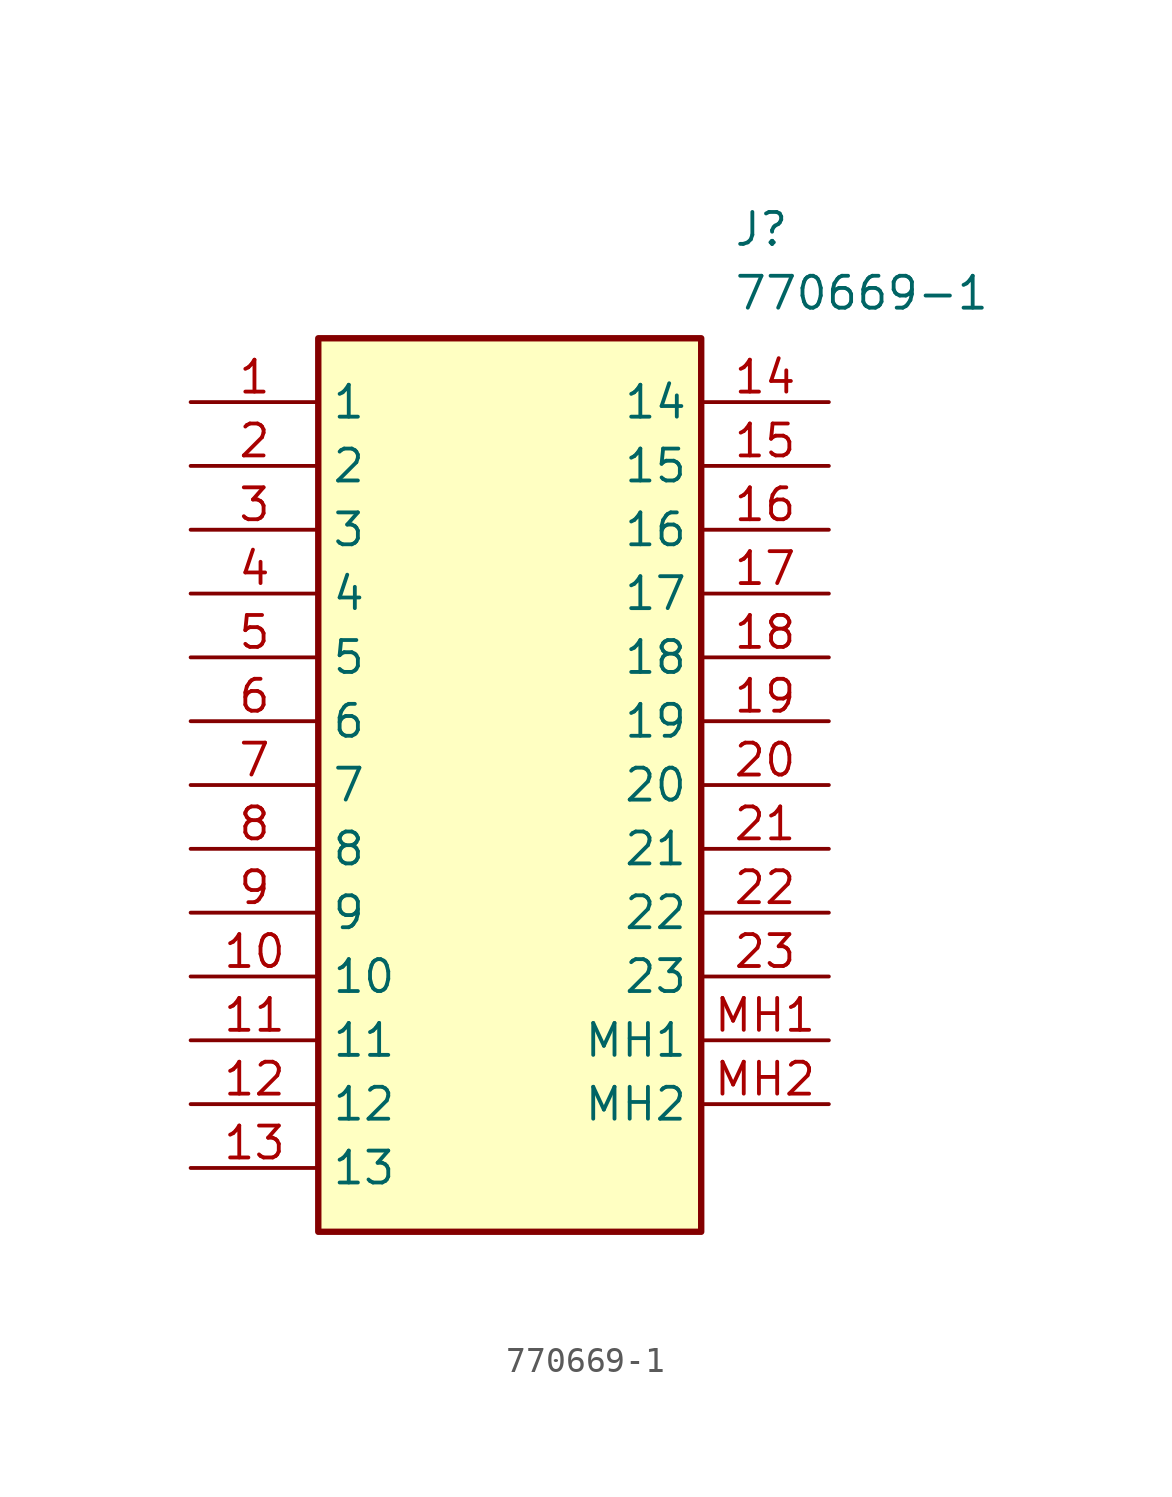
<source format=kicad_sym>
(kicad_symbol_lib
  (version 20211014)
  (generator SamacSys_ECAD_Model)
  (symbol "770669-1"
    (property "Reference" "J"
      (at 21.59 7.62 0)
      (effects (font (size 1.27 1.27)) (justify left top)))
    (property "Value" "770669-1"
      (at 21.59 5.08 0)
      (effects (font (size 1.27 1.27)) (justify left top)))
    (rectangle
      (start 5.08 2.54)
      (end 20.32 -33.02)
      (stroke (width 0.254) (type default))
      (fill (type background)))
    (pin passive line
      (at 0 0 0)
      (length 5.08)
      (name "1" (effects (font (size 1.27 1.27))))
      (number "1" (effects (font (size 1.27 1.27)))))
    (pin passive line
      (at 0 -2.54 0)
      (length 5.08)
      (name "2" (effects (font (size 1.27 1.27))))
      (number "2" (effects (font (size 1.27 1.27)))))
    (pin passive line
      (at 0 -5.08 0)
      (length 5.08)
      (name "3" (effects (font (size 1.27 1.27))))
      (number "3" (effects (font (size 1.27 1.27)))))
    (pin passive line
      (at 0 -7.62 0)
      (length 5.08)
      (name "4" (effects (font (size 1.27 1.27))))
      (number "4" (effects (font (size 1.27 1.27)))))
    (pin passive line
      (at 0 -10.16 0)
      (length 5.08)
      (name "5" (effects (font (size 1.27 1.27))))
      (number "5" (effects (font (size 1.27 1.27)))))
    (pin passive line
      (at 0 -12.7 0)
      (length 5.08)
      (name "6" (effects (font (size 1.27 1.27))))
      (number "6" (effects (font (size 1.27 1.27)))))
    (pin passive line
      (at 0 -15.24 0)
      (length 5.08)
      (name "7" (effects (font (size 1.27 1.27))))
      (number "7" (effects (font (size 1.27 1.27)))))
    (pin passive line
      (at 0 -17.78 0)
      (length 5.08)
      (name "8" (effects (font (size 1.27 1.27))))
      (number "8" (effects (font (size 1.27 1.27)))))
    (pin passive line
      (at 0 -20.32 0)
      (length 5.08)
      (name "9" (effects (font (size 1.27 1.27))))
      (number "9" (effects (font (size 1.27 1.27)))))
    (pin passive line
      (at 0 -22.86 0)
      (length 5.08)
      (name "10" (effects (font (size 1.27 1.27))))
      (number "10" (effects (font (size 1.27 1.27)))))
    (pin passive line
      (at 0 -25.4 0)
      (length 5.08)
      (name "11" (effects (font (size 1.27 1.27))))
      (number "11" (effects (font (size 1.27 1.27)))))
    (pin passive line
      (at 0 -27.94 0)
      (length 5.08)
      (name "12" (effects (font (size 1.27 1.27))))
      (number "12" (effects (font (size 1.27 1.27)))))
    (pin passive line
      (at 0 -30.48 0)
      (length 5.08)
      (name "13" (effects (font (size 1.27 1.27))))
      (number "13" (effects (font (size 1.27 1.27)))))
    (pin passive line
      (at 25.4 0 180)
      (length 5.08)
      (name "14" (effects (font (size 1.27 1.27))))
      (number "14" (effects (font (size 1.27 1.27)))))
    (pin passive line
      (at 25.4 -2.54 180)
      (length 5.08)
      (name "15" (effects (font (size 1.27 1.27))))
      (number "15" (effects (font (size 1.27 1.27)))))
    (pin passive line
      (at 25.4 -5.08 180)
      (length 5.08)
      (name "16" (effects (font (size 1.27 1.27))))
      (number "16" (effects (font (size 1.27 1.27)))))
    (pin passive line
      (at 25.4 -7.62 180)
      (length 5.08)
      (name "17" (effects (font (size 1.27 1.27))))
      (number "17" (effects (font (size 1.27 1.27)))))
    (pin passive line
      (at 25.4 -10.16 180)
      (length 5.08)
      (name "18" (effects (font (size 1.27 1.27))))
      (number "18" (effects (font (size 1.27 1.27)))))
    (pin passive line
      (at 25.4 -12.7 180)
      (length 5.08)
      (name "19" (effects (font (size 1.27 1.27))))
      (number "19" (effects (font (size 1.27 1.27)))))
    (pin passive line
      (at 25.4 -15.24 180)
      (length 5.08)
      (name "20" (effects (font (size 1.27 1.27))))
      (number "20" (effects (font (size 1.27 1.27)))))
    (pin passive line
      (at 25.4 -17.78 180)
      (length 5.08)
      (name "21" (effects (font (size 1.27 1.27))))
      (number "21" (effects (font (size 1.27 1.27)))))
    (pin passive line
      (at 25.4 -20.32 180)
      (length 5.08)
      (name "22" (effects (font (size 1.27 1.27))))
      (number "22" (effects (font (size 1.27 1.27)))))
    (pin passive line
      (at 25.4 -22.86 180)
      (length 5.08)
      (name "23" (effects (font (size 1.27 1.27))))
      (number "23" (effects (font (size 1.27 1.27)))))
    (pin passive line
      (at 25.4 -25.4 180)
      (length 5.08)
      (name "MH1" (effects (font (size 1.27 1.27))))
      (number "MH1" (effects (font (size 1.27 1.27)))))
    (pin passive line
      (at 25.4 -27.94 180)
      (length 5.08)
      (name "MH2" (effects (font (size 1.27 1.27))))
      (number "MH2" (effects (font (size 1.27 1.27)))))))
</source>
